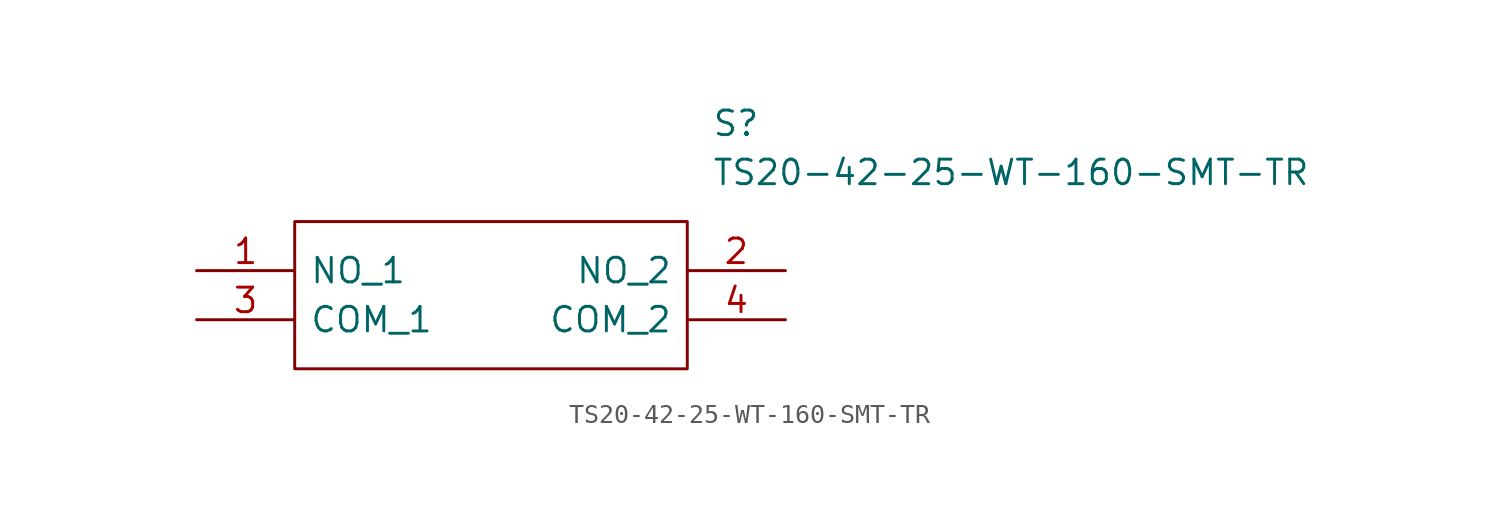
<source format=kicad_sym>
(kicad_symbol_lib
  (version 20220914)
  (generator kicad_symbol_editor)
  (symbol "TS20-42-25-WT-160-SMT-TR"
    (pin_names
      (offset 0.762))
    (property "Reference" "S"
      (at 26.67 7.62 0)
      (effects (font (size 1.27 1.27)) (justify left)))
    (property "Value" "TS20-42-25-WT-160-SMT-TR"
      (at 26.67 5.08 0)
      (effects (font (size 1.27 1.27)) (justify left)))
    (symbol "TS20-42-25-WT-160-SMT-TR_0_0"
      (pin passive line (at 0 0 0) (length 5.08) (name "NO_1" (effects (font (size 1.27 1.27)))) (number "1" (effects (font (size 1.27 1.27)))))
      (pin passive line (at 30.48 0 180) (length 5.08) (name "NO_2" (effects (font (size 1.27 1.27)))) (number "2" (effects (font (size 1.27 1.27)))))
      (pin passive line (at 0 -2.54 0) (length 5.08) (name "COM_1" (effects (font (size 1.27 1.27)))) (number "3" (effects (font (size 1.27 1.27)))))
      (pin passive line (at 30.48 -2.54 180) (length 5.08) (name "COM_2" (effects (font (size 1.27 1.27)))) (number "4" (effects (font (size 1.27 1.27))))))
    (symbol "TS20-42-25-WT-160-SMT-TR_0_1"
      (polyline (pts (xy 5.08 2.54) (xy 25.4 2.54) (xy 25.4 -5.08) (xy 5.08 -5.08) (xy 5.08 2.54)) (stroke (width 0.152) (type solid)) (fill (type none))))))
</source>
